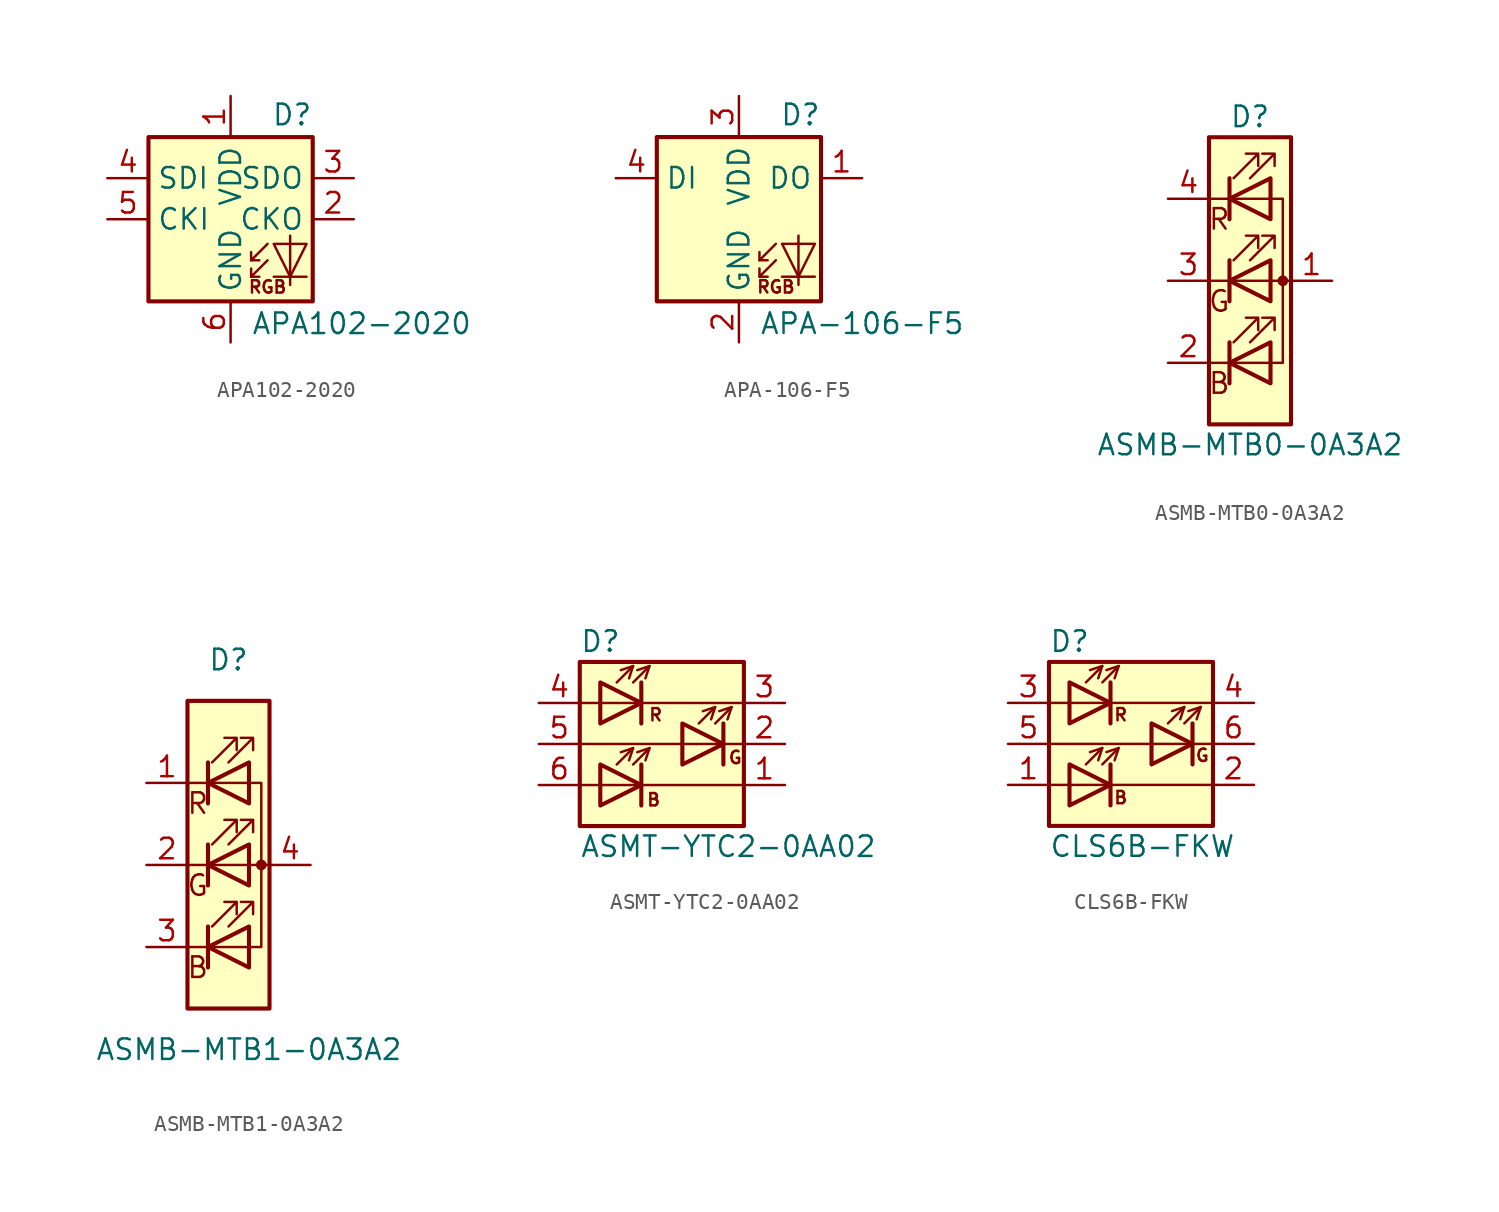
<source format=kicad_sym>
(kicad_symbol_lib
  (version 20211014)
  (generator kicad_symbol_editor)
  (symbol "APA102-2020"
    (property "Reference" "D"
      (at 5.08 5.715 0)
      (effects (font (size 1.27 1.27)) (justify right bottom)))
    (property "Value" "APA102-2020"
      (at 1.27 -5.715 0)
      (effects (font (size 1.27 1.27)) (justify left top)))
    (symbol "APA102-2020_0_0"
      (text "RGB" (at 2.286 -4.191 0) (effects (font (size 0.762 0.762)))))
    (symbol "APA102-2020_0_1"
      (polyline (pts (xy 1.27 -3.556) (xy 1.778 -3.556)) (stroke (width 0) (type default) (color 0 0 0 0)) (fill (type none)))
      (polyline (pts (xy 1.27 -2.54) (xy 1.778 -2.54)) (stroke (width 0) (type default) (color 0 0 0 0)) (fill (type none)))
      (polyline (pts (xy 4.699 -3.556) (xy 2.667 -3.556)) (stroke (width 0) (type default) (color 0 0 0 0)) (fill (type none)))
      (polyline (pts (xy 2.286 -2.54) (xy 1.27 -3.556) (xy 1.27 -3.048)) (stroke (width 0) (type default) (color 0 0 0 0)) (fill (type none)))
      (polyline (pts (xy 2.286 -1.524) (xy 1.27 -2.54) (xy 1.27 -2.032)) (stroke (width 0) (type default) (color 0 0 0 0)) (fill (type none)))
      (polyline (pts (xy 3.683 -1.016) (xy 3.683 -3.556) (xy 3.683 -4.064)) (stroke (width 0) (type default) (color 0 0 0 0)) (fill (type none)))
      (polyline (pts (xy 4.699 -1.524) (xy 2.667 -1.524) (xy 3.683 -3.556) (xy 4.699 -1.524)) (stroke (width 0) (type default) (color 0 0 0 0)) (fill (type none)))
      (rectangle (start 5.08 5.08) (end -5.08 -5.08) (stroke (width 0.254) (type default) (color 0 0 0 0)) (fill (type background))))
    (symbol "APA102-2020_1_1"
      (pin power_in line (at 0 7.62 270) (length 2.54) (name "VDD" (effects (font (size 1.27 1.27)))) (number "1" (effects (font (size 1.27 1.27)))))
      (pin output line (at 7.62 0 180) (length 2.54) (name "CKO" (effects (font (size 1.27 1.27)))) (number "2" (effects (font (size 1.27 1.27)))))
      (pin output line (at 7.62 2.54 180) (length 2.54) (name "SDO" (effects (font (size 1.27 1.27)))) (number "3" (effects (font (size 1.27 1.27)))))
      (pin input line (at -7.62 2.54 0) (length 2.54) (name "SDI" (effects (font (size 1.27 1.27)))) (number "4" (effects (font (size 1.27 1.27)))))
      (pin input line (at -7.62 0 0) (length 2.54) (name "CKI" (effects (font (size 1.27 1.27)))) (number "5" (effects (font (size 1.27 1.27)))))
      (pin power_in line (at 0 -7.62 90) (length 2.54) (name "GND" (effects (font (size 1.27 1.27)))) (number "6" (effects (font (size 1.27 1.27)))))))
  (symbol "APA-106-F5"
    (property "Reference" "D"
      (at 5.08 5.715 0)
      (effects (font (size 1.27 1.27)) (justify right bottom)))
    (property "Value" "APA-106-F5"
      (at 1.27 -5.715 0)
      (effects (font (size 1.27 1.27)) (justify left top)))
    (symbol "APA-106-F5_0_0"
      (text "RGB" (at 2.286 -4.191 0) (effects (font (size 0.762 0.762)))))
    (symbol "APA-106-F5_0_1"
      (polyline (pts (xy 1.27 -3.556) (xy 1.778 -3.556)) (stroke (width 0) (type default) (color 0 0 0 0)) (fill (type none)))
      (polyline (pts (xy 1.27 -2.54) (xy 1.778 -2.54)) (stroke (width 0) (type default) (color 0 0 0 0)) (fill (type none)))
      (polyline (pts (xy 4.699 -3.556) (xy 2.667 -3.556)) (stroke (width 0) (type default) (color 0 0 0 0)) (fill (type none)))
      (polyline (pts (xy 2.286 -2.54) (xy 1.27 -3.556) (xy 1.27 -3.048)) (stroke (width 0) (type default) (color 0 0 0 0)) (fill (type none)))
      (polyline (pts (xy 2.286 -1.524) (xy 1.27 -2.54) (xy 1.27 -2.032)) (stroke (width 0) (type default) (color 0 0 0 0)) (fill (type none)))
      (polyline (pts (xy 3.683 -1.016) (xy 3.683 -3.556) (xy 3.683 -4.064)) (stroke (width 0) (type default) (color 0 0 0 0)) (fill (type none)))
      (polyline (pts (xy 4.699 -1.524) (xy 2.667 -1.524) (xy 3.683 -3.556) (xy 4.699 -1.524)) (stroke (width 0) (type default) (color 0 0 0 0)) (fill (type none)))
      (rectangle (start 5.08 5.08) (end -5.08 -5.08) (stroke (width 0.254) (type default) (color 0 0 0 0)) (fill (type background))))
    (symbol "APA-106-F5_1_1"
      (pin output line (at 7.62 2.54 180) (length 2.54) (name "DO" (effects (font (size 1.27 1.27)))) (number "1" (effects (font (size 1.27 1.27)))))
      (pin power_in line (at 0 -7.62 90) (length 2.54) (name "GND" (effects (font (size 1.27 1.27)))) (number "2" (effects (font (size 1.27 1.27)))))
      (pin power_in line (at 0 7.62 270) (length 2.54) (name "VDD" (effects (font (size 1.27 1.27)))) (number "3" (effects (font (size 1.27 1.27)))))
      (pin input line (at -7.62 2.54 0) (length 2.54) (name "DI" (effects (font (size 1.27 1.27)))) (number "4" (effects (font (size 1.27 1.27)))))))
  (symbol "ASMB-MTB0-0A3A2"
    (pin_names
      (offset 0) hide)
    (property "Reference" "D"
      (at 0 10.16 0)
      (effects (font (size 1.27 1.27))))
    (property "Value" "ASMB-MTB0-0A3A2"
      (at 0 -10.16 0)
      (effects (font (size 1.27 1.27))))
    (symbol "ASMB-MTB0-0A3A2_0_0"
      (text "B" (at -1.905 -6.35 0) (effects (font (size 1.27 1.27))))
      (text "G" (at -1.905 -1.27 0) (effects (font (size 1.27 1.27))))
      (text "R" (at -1.905 3.81 0) (effects (font (size 1.27 1.27)))))
    (symbol "ASMB-MTB0-0A3A2_0_1"
      (rectangle (start -2.54 -8.89) (end 2.54 8.89) (stroke (width 0.254) (type default) (color 0 0 0 0)) (fill (type background)))
      (polyline (pts (xy -2.54 -5.08) (xy 1.27 -5.08)) (stroke (width 0) (type default) (color 0 0 0 0)) (fill (type none)))
      (polyline (pts (xy -1.27 -3.81) (xy -1.27 -6.35)) (stroke (width 0.254) (type default) (color 0 0 0 0)) (fill (type none)))
      (polyline (pts (xy -1.27 1.27) (xy -1.27 -1.27)) (stroke (width 0.254) (type default) (color 0 0 0 0)) (fill (type none)))
      (polyline (pts (xy -1.27 6.35) (xy -1.27 3.81)) (stroke (width 0.254) (type default) (color 0 0 0 0)) (fill (type none)))
      (polyline (pts (xy 1.27 5.08) (xy -2.54 5.08)) (stroke (width 0) (type default) (color 0 0 0 0)) (fill (type none)))
      (polyline (pts (xy 2.54 0) (xy -2.54 0)) (stroke (width 0) (type default) (color 0 0 0 0)) (fill (type none)))
      (polyline (pts (xy 1.27 -5.08) (xy 2.032 -5.08) (xy 2.032 5.08) (xy 1.27 5.08)) (stroke (width 0) (type default) (color 0 0 0 0)) (fill (type none)))
      (polyline (pts (xy 1.27 -3.81) (xy 1.27 -6.35) (xy -1.27 -5.08) (xy 1.27 -3.81)) (stroke (width 0.254) (type default) (color 0 0 0 0)) (fill (type none)))
      (polyline (pts (xy 1.27 1.27) (xy 1.27 -1.27) (xy -1.27 0) (xy 1.27 1.27)) (stroke (width 0.254) (type default) (color 0 0 0 0)) (fill (type none)))
      (polyline (pts (xy 1.27 6.35) (xy 1.27 3.81) (xy -1.27 5.08) (xy 1.27 6.35)) (stroke (width 0.254) (type default) (color 0 0 0 0)) (fill (type none)))
      (polyline (pts (xy -1.016 -3.81) (xy 0.508 -2.286) (xy -0.254 -2.286) (xy 0.508 -2.286) (xy 0.508 -3.048)) (stroke (width 0) (type default) (color 0 0 0 0)) (fill (type none)))
      (polyline (pts (xy -1.016 1.27) (xy 0.508 2.794) (xy -0.254 2.794) (xy 0.508 2.794) (xy 0.508 2.032)) (stroke (width 0) (type default) (color 0 0 0 0)) (fill (type none)))
      (polyline (pts (xy -1.016 6.35) (xy 0.508 7.874) (xy -0.254 7.874) (xy 0.508 7.874) (xy 0.508 7.112)) (stroke (width 0) (type default) (color 0 0 0 0)) (fill (type none)))
      (polyline (pts (xy 0 -3.81) (xy 1.524 -2.286) (xy 0.762 -2.286) (xy 1.524 -2.286) (xy 1.524 -3.048)) (stroke (width 0) (type default) (color 0 0 0 0)) (fill (type none)))
      (polyline (pts (xy 0 1.27) (xy 1.524 2.794) (xy 0.762 2.794) (xy 1.524 2.794) (xy 1.524 2.032)) (stroke (width 0) (type default) (color 0 0 0 0)) (fill (type none)))
      (polyline (pts (xy 0 6.35) (xy 1.524 7.874) (xy 0.762 7.874) (xy 1.524 7.874) (xy 1.524 7.112)) (stroke (width 0) (type default) (color 0 0 0 0)) (fill (type none)))
      (rectangle (start 1.27 6.35) (end 1.27 6.35) (stroke (width 0) (type default) (color 0 0 0 0)) (fill (type none)))
      (circle (center 2.032 0) (radius 0.254) (stroke (width 0) (type default) (color 0 0 0 0)) (fill (type outline))))
    (symbol "ASMB-MTB0-0A3A2_1_1"
      (pin passive line (at 5.08 0 180) (length 2.54) (name "A" (effects (font (size 1.27 1.27)))) (number "1" (effects (font (size 1.27 1.27)))))
      (pin passive line (at -5.08 -5.08 0) (length 2.54) (name "BK" (effects (font (size 1.27 1.27)))) (number "2" (effects (font (size 1.27 1.27)))))
      (pin passive line (at -5.08 0 0) (length 2.54) (name "GK" (effects (font (size 1.27 1.27)))) (number "3" (effects (font (size 1.27 1.27)))))
      (pin passive line (at -5.08 5.08 0) (length 2.54) (name "RK" (effects (font (size 1.27 1.27)))) (number "4" (effects (font (size 1.27 1.27)))))))
  (symbol "ASMB-MTB1-0A3A2"
    (pin_names
      (offset 0) hide)
    (property "Reference" "D"
      (at 0 12.7 0)
      (effects (font (size 1.27 1.27))))
    (property "Value" "ASMB-MTB1-0A3A2"
      (at 1.27 -11.43 0)
      (effects (font (size 1.27 1.27))))
    (symbol "ASMB-MTB1-0A3A2_0_0"
      (text "B" (at -1.905 -6.35 0) (effects (font (size 1.27 1.27))))
      (text "G" (at -1.905 -1.27 0) (effects (font (size 1.27 1.27))))
      (text "R" (at -1.905 3.81 0) (effects (font (size 1.27 1.27)))))
    (symbol "ASMB-MTB1-0A3A2_0_1"
      (polyline (pts (xy -2.54 -5.08) (xy 1.27 -5.08)) (stroke (width 0) (type default) (color 0 0 0 0)) (fill (type none)))
      (polyline (pts (xy -1.27 -3.81) (xy -1.27 -6.35)) (stroke (width 0.254) (type default) (color 0 0 0 0)) (fill (type none)))
      (polyline (pts (xy -1.27 1.27) (xy -1.27 -1.27)) (stroke (width 0.254) (type default) (color 0 0 0 0)) (fill (type none)))
      (polyline (pts (xy -1.27 6.35) (xy -1.27 3.81)) (stroke (width 0.254) (type default) (color 0 0 0 0)) (fill (type none)))
      (polyline (pts (xy 1.27 5.08) (xy -2.54 5.08)) (stroke (width 0) (type default) (color 0 0 0 0)) (fill (type none)))
      (polyline (pts (xy 2.54 0) (xy -2.54 0)) (stroke (width 0) (type default) (color 0 0 0 0)) (fill (type none)))
      (polyline (pts (xy 1.27 -5.08) (xy 2.032 -5.08) (xy 2.032 5.08) (xy 1.27 5.08)) (stroke (width 0) (type default) (color 0 0 0 0)) (fill (type none)))
      (polyline (pts (xy 1.27 -3.81) (xy 1.27 -6.35) (xy -1.27 -5.08) (xy 1.27 -3.81)) (stroke (width 0.254) (type default) (color 0 0 0 0)) (fill (type none)))
      (polyline (pts (xy 1.27 1.27) (xy 1.27 -1.27) (xy -1.27 0) (xy 1.27 1.27)) (stroke (width 0.254) (type default) (color 0 0 0 0)) (fill (type none)))
      (polyline (pts (xy 1.27 6.35) (xy 1.27 3.81) (xy -1.27 5.08) (xy 1.27 6.35)) (stroke (width 0.254) (type default) (color 0 0 0 0)) (fill (type none)))
      (polyline (pts (xy -1.016 -3.81) (xy 0.508 -2.286) (xy -0.254 -2.286) (xy 0.508 -2.286) (xy 0.508 -3.048)) (stroke (width 0) (type default) (color 0 0 0 0)) (fill (type none)))
      (polyline (pts (xy -1.016 1.27) (xy 0.508 2.794) (xy -0.254 2.794) (xy 0.508 2.794) (xy 0.508 2.032)) (stroke (width 0) (type default) (color 0 0 0 0)) (fill (type none)))
      (polyline (pts (xy -1.016 6.35) (xy 0.508 7.874) (xy -0.254 7.874) (xy 0.508 7.874) (xy 0.508 7.112)) (stroke (width 0) (type default) (color 0 0 0 0)) (fill (type none)))
      (polyline (pts (xy 0 -3.81) (xy 1.524 -2.286) (xy 0.762 -2.286) (xy 1.524 -2.286) (xy 1.524 -3.048)) (stroke (width 0) (type default) (color 0 0 0 0)) (fill (type none)))
      (polyline (pts (xy 0 1.27) (xy 1.524 2.794) (xy 0.762 2.794) (xy 1.524 2.794) (xy 1.524 2.032)) (stroke (width 0) (type default) (color 0 0 0 0)) (fill (type none)))
      (polyline (pts (xy 0 6.35) (xy 1.524 7.874) (xy 0.762 7.874) (xy 1.524 7.874) (xy 1.524 7.112)) (stroke (width 0) (type default) (color 0 0 0 0)) (fill (type none)))
      (rectangle (start 1.27 6.35) (end 1.27 6.35) (stroke (width 0) (type default) (color 0 0 0 0)) (fill (type none)))
      (circle (center 2.032 0) (radius 0.254) (stroke (width 0) (type default) (color 0 0 0 0)) (fill (type outline)))
      (rectangle (start 2.54 -8.89) (end -2.54 10.16) (stroke (width 0.254) (type default) (color 0 0 0 0)) (fill (type background))))
    (symbol "ASMB-MTB1-0A3A2_1_1"
      (pin passive line (at -5.08 5.08 0) (length 2.54) (name "RK" (effects (font (size 1.27 1.27)))) (number "1" (effects (font (size 1.27 1.27)))))
      (pin passive line (at -5.08 0 0) (length 2.54) (name "GK" (effects (font (size 1.27 1.27)))) (number "2" (effects (font (size 1.27 1.27)))))
      (pin passive line (at -5.08 -5.08 0) (length 2.54) (name "BK" (effects (font (size 1.27 1.27)))) (number "3" (effects (font (size 1.27 1.27)))))
      (pin passive line (at 5.08 0 180) (length 2.54) (name "A" (effects (font (size 1.27 1.27)))) (number "4" (effects (font (size 1.27 1.27)))))))
  (symbol "ASMT-YTC2-0AA02"
    (pin_names hide)
    (property "Reference" "D"
      (at -5.08 6.35 0)
      (effects (font (size 1.27 1.27)) (justify left)))
    (property "Value" "ASMT-YTC2-0AA02"
      (at -5.08 -6.35 0)
      (effects (font (size 1.27 1.27)) (justify left)))
    (symbol "ASMT-YTC2-0AA02_0_0"
      (text "B" (at -0.508 -3.454 0) (effects (font (size 0.762 0.762))))
      (text "G" (at 4.547 -0.838 0) (effects (font (size 0.762 0.762))))
      (text "R" (at -0.381 1.803 0) (effects (font (size 0.762 0.762)))))
    (symbol "ASMT-YTC2-0AA02_0_1"
      (rectangle (start -5.08 5.08) (end 5.08 -5.08) (stroke (width 0.254) (type default) (color 0 0 0 0)) (fill (type background)))
      (polyline (pts (xy -5.08 -2.54) (xy 5.08 -2.54)) (stroke (width 0) (type default) (color 0 0 0 0)) (fill (type none)))
      (polyline (pts (xy -5.08 0) (xy 5.08 0)) (stroke (width 0) (type default) (color 0 0 0 0)) (fill (type none)))
      (polyline (pts (xy -5.08 2.54) (xy 5.08 2.54)) (stroke (width 0) (type default) (color 0 0 0 0)) (fill (type none)))
      (polyline (pts (xy -2.794 -1.27) (xy -1.778 -0.254)) (stroke (width 0) (type default) (color 0 0 0 0)) (fill (type none)))
      (polyline (pts (xy -2.794 3.81) (xy -1.778 4.826)) (stroke (width 0) (type default) (color 0 0 0 0)) (fill (type none)))
      (polyline (pts (xy -1.778 -1.27) (xy -0.762 -0.254)) (stroke (width 0) (type default) (color 0 0 0 0)) (fill (type none)))
      (polyline (pts (xy -1.778 3.81) (xy -0.762 4.826)) (stroke (width 0) (type default) (color 0 0 0 0)) (fill (type none)))
      (polyline (pts (xy -1.27 -1.27) (xy -1.27 -3.81)) (stroke (width 0.254) (type default) (color 0 0 0 0)) (fill (type none)))
      (polyline (pts (xy -1.27 3.81) (xy -1.27 1.27)) (stroke (width 0.254) (type default) (color 0 0 0 0)) (fill (type none)))
      (polyline (pts (xy 2.286 1.27) (xy 3.302 2.286)) (stroke (width 0) (type default) (color 0 0 0 0)) (fill (type none)))
      (polyline (pts (xy 3.302 1.27) (xy 4.318 2.286)) (stroke (width 0) (type default) (color 0 0 0 0)) (fill (type none)))
      (polyline (pts (xy 3.81 1.27) (xy 3.81 -1.27)) (stroke (width 0.254) (type default) (color 0 0 0 0)) (fill (type none)))
      (polyline (pts (xy -2.54 4.572) (xy -1.778 4.826) (xy -2.032 4.064)) (stroke (width 0) (type default) (color 0 0 0 0)) (fill (type none)))
      (polyline (pts (xy -2.032 -1.016) (xy -1.778 -0.254) (xy -2.54 -0.508)) (stroke (width 0) (type default) (color 0 0 0 0)) (fill (type none)))
      (polyline (pts (xy -1.524 -0.508) (xy -0.762 -0.254) (xy -1.016 -1.016)) (stroke (width 0) (type default) (color 0 0 0 0)) (fill (type none)))
      (polyline (pts (xy -1.524 4.572) (xy -0.762 4.826) (xy -1.016 4.064)) (stroke (width 0) (type default) (color 0 0 0 0)) (fill (type none)))
      (polyline (pts (xy 3.048 1.524) (xy 3.302 2.286) (xy 2.54 2.032)) (stroke (width 0) (type default) (color 0 0 0 0)) (fill (type none)))
      (polyline (pts (xy 3.556 2.032) (xy 4.318 2.286) (xy 4.064 1.524)) (stroke (width 0) (type default) (color 0 0 0 0)) (fill (type none)))
      (polyline (pts (xy -3.81 -1.27) (xy -3.81 -3.81) (xy -1.27 -2.54) (xy -3.81 -1.27)) (stroke (width 0.254) (type default) (color 0 0 0 0)) (fill (type none)))
      (polyline (pts (xy -3.81 3.81) (xy -3.81 1.27) (xy -1.27 2.54) (xy -3.81 3.81)) (stroke (width 0.254) (type default) (color 0 0 0 0)) (fill (type none)))
      (polyline (pts (xy 1.27 1.27) (xy 1.27 -1.27) (xy 3.81 0) (xy 1.27 1.27)) (stroke (width 0.254) (type default) (color 0 0 0 0)) (fill (type none))))
    (symbol "ASMT-YTC2-0AA02_1_1"
      (pin passive line (at 7.62 -2.54 180) (length 2.54) (name "KB" (effects (font (size 1.27 1.27)))) (number "1" (effects (font (size 1.27 1.27)))))
      (pin passive line (at 7.62 0 180) (length 2.54) (name "KG" (effects (font (size 1.27 1.27)))) (number "2" (effects (font (size 1.27 1.27)))))
      (pin passive line (at 7.62 2.54 180) (length 2.54) (name "KR" (effects (font (size 1.27 1.27)))) (number "3" (effects (font (size 1.27 1.27)))))
      (pin passive line (at -7.62 2.54 0) (length 2.54) (name "AR" (effects (font (size 1.27 1.27)))) (number "4" (effects (font (size 1.27 1.27)))))
      (pin passive line (at -7.62 0 0) (length 2.54) (name "AG" (effects (font (size 1.27 1.27)))) (number "5" (effects (font (size 1.27 1.27)))))
      (pin passive line (at -7.62 -2.54 0) (length 2.54) (name "AB" (effects (font (size 1.27 1.27)))) (number "6" (effects (font (size 1.27 1.27)))))))
  (symbol "CLS6B-FKW"
    (pin_names hide)
    (property "Reference" "D"
      (at -5.08 6.35 0)
      (effects (font (size 1.27 1.27)) (justify left)))
    (property "Value" "CLS6B-FKW"
      (at -5.08 -6.35 0)
      (effects (font (size 1.27 1.27)) (justify left)))
    (symbol "CLS6B-FKW_0_0"
      (text "B" (at -0.635 -3.327 0) (effects (font (size 0.762 0.762))))
      (text "G" (at 4.42 -0.711 0) (effects (font (size 0.762 0.762))))
      (text "R" (at -0.635 1.803 0) (effects (font (size 0.762 0.762)))))
    (symbol "CLS6B-FKW_0_1"
      (rectangle (start -5.08 5.08) (end 5.08 -5.08) (stroke (width 0.254) (type default) (color 0 0 0 0)) (fill (type background)))
      (polyline (pts (xy -5.08 -2.54) (xy 5.08 -2.54)) (stroke (width 0) (type default) (color 0 0 0 0)) (fill (type none)))
      (polyline (pts (xy -5.08 0) (xy 5.08 0)) (stroke (width 0) (type default) (color 0 0 0 0)) (fill (type none)))
      (polyline (pts (xy -5.08 2.54) (xy 5.08 2.54)) (stroke (width 0) (type default) (color 0 0 0 0)) (fill (type none)))
      (polyline (pts (xy -2.794 -1.27) (xy -1.778 -0.254)) (stroke (width 0) (type default) (color 0 0 0 0)) (fill (type none)))
      (polyline (pts (xy -2.794 3.81) (xy -1.778 4.826)) (stroke (width 0) (type default) (color 0 0 0 0)) (fill (type none)))
      (polyline (pts (xy -1.778 -1.27) (xy -0.762 -0.254)) (stroke (width 0) (type default) (color 0 0 0 0)) (fill (type none)))
      (polyline (pts (xy -1.778 3.81) (xy -0.762 4.826)) (stroke (width 0) (type default) (color 0 0 0 0)) (fill (type none)))
      (polyline (pts (xy -1.27 -1.27) (xy -1.27 -3.81)) (stroke (width 0.254) (type default) (color 0 0 0 0)) (fill (type none)))
      (polyline (pts (xy -1.27 3.81) (xy -1.27 1.27)) (stroke (width 0.254) (type default) (color 0 0 0 0)) (fill (type none)))
      (polyline (pts (xy 2.286 1.27) (xy 3.302 2.286)) (stroke (width 0) (type default) (color 0 0 0 0)) (fill (type none)))
      (polyline (pts (xy 3.302 1.27) (xy 4.318 2.286)) (stroke (width 0) (type default) (color 0 0 0 0)) (fill (type none)))
      (polyline (pts (xy 3.81 1.27) (xy 3.81 -1.27)) (stroke (width 0.254) (type default) (color 0 0 0 0)) (fill (type none)))
      (polyline (pts (xy -2.54 4.572) (xy -1.778 4.826) (xy -2.032 4.064)) (stroke (width 0) (type default) (color 0 0 0 0)) (fill (type none)))
      (polyline (pts (xy -2.032 -1.016) (xy -1.778 -0.254) (xy -2.54 -0.508)) (stroke (width 0) (type default) (color 0 0 0 0)) (fill (type none)))
      (polyline (pts (xy -1.524 -0.508) (xy -0.762 -0.254) (xy -1.016 -1.016)) (stroke (width 0) (type default) (color 0 0 0 0)) (fill (type none)))
      (polyline (pts (xy -1.524 4.572) (xy -0.762 4.826) (xy -1.016 4.064)) (stroke (width 0) (type default) (color 0 0 0 0)) (fill (type none)))
      (polyline (pts (xy 3.048 1.524) (xy 3.302 2.286) (xy 2.54 2.032)) (stroke (width 0) (type default) (color 0 0 0 0)) (fill (type none)))
      (polyline (pts (xy 3.556 2.032) (xy 4.318 2.286) (xy 4.064 1.524)) (stroke (width 0) (type default) (color 0 0 0 0)) (fill (type none)))
      (polyline (pts (xy -3.81 -1.27) (xy -3.81 -3.81) (xy -1.27 -2.54) (xy -3.81 -1.27)) (stroke (width 0.254) (type default) (color 0 0 0 0)) (fill (type none)))
      (polyline (pts (xy -3.81 3.81) (xy -3.81 1.27) (xy -1.27 2.54) (xy -3.81 3.81)) (stroke (width 0.254) (type default) (color 0 0 0 0)) (fill (type none)))
      (polyline (pts (xy 1.27 1.27) (xy 1.27 -1.27) (xy 3.81 0) (xy 1.27 1.27)) (stroke (width 0.254) (type default) (color 0 0 0 0)) (fill (type none))))
    (symbol "CLS6B-FKW_1_1"
      (pin passive line (at -7.62 -2.54 0) (length 2.54) (name "AB" (effects (font (size 1.27 1.27)))) (number "1" (effects (font (size 1.27 1.27)))))
      (pin passive line (at 7.62 -2.54 180) (length 2.54) (name "KB" (effects (font (size 1.27 1.27)))) (number "2" (effects (font (size 1.27 1.27)))))
      (pin passive line (at -7.62 2.54 0) (length 2.54) (name "AR" (effects (font (size 1.27 1.27)))) (number "3" (effects (font (size 1.27 1.27)))))
      (pin passive line (at 7.62 2.54 180) (length 2.54) (name "KR" (effects (font (size 1.27 1.27)))) (number "4" (effects (font (size 1.27 1.27)))))
      (pin passive line (at -7.62 0 0) (length 2.54) (name "AG" (effects (font (size 1.27 1.27)))) (number "5" (effects (font (size 1.27 1.27)))))
      (pin passive line (at 7.62 0 180) (length 2.54) (name "KR" (effects (font (size 1.27 1.27)))) (number "6" (effects (font (size 1.27 1.27))))))))
</source>
